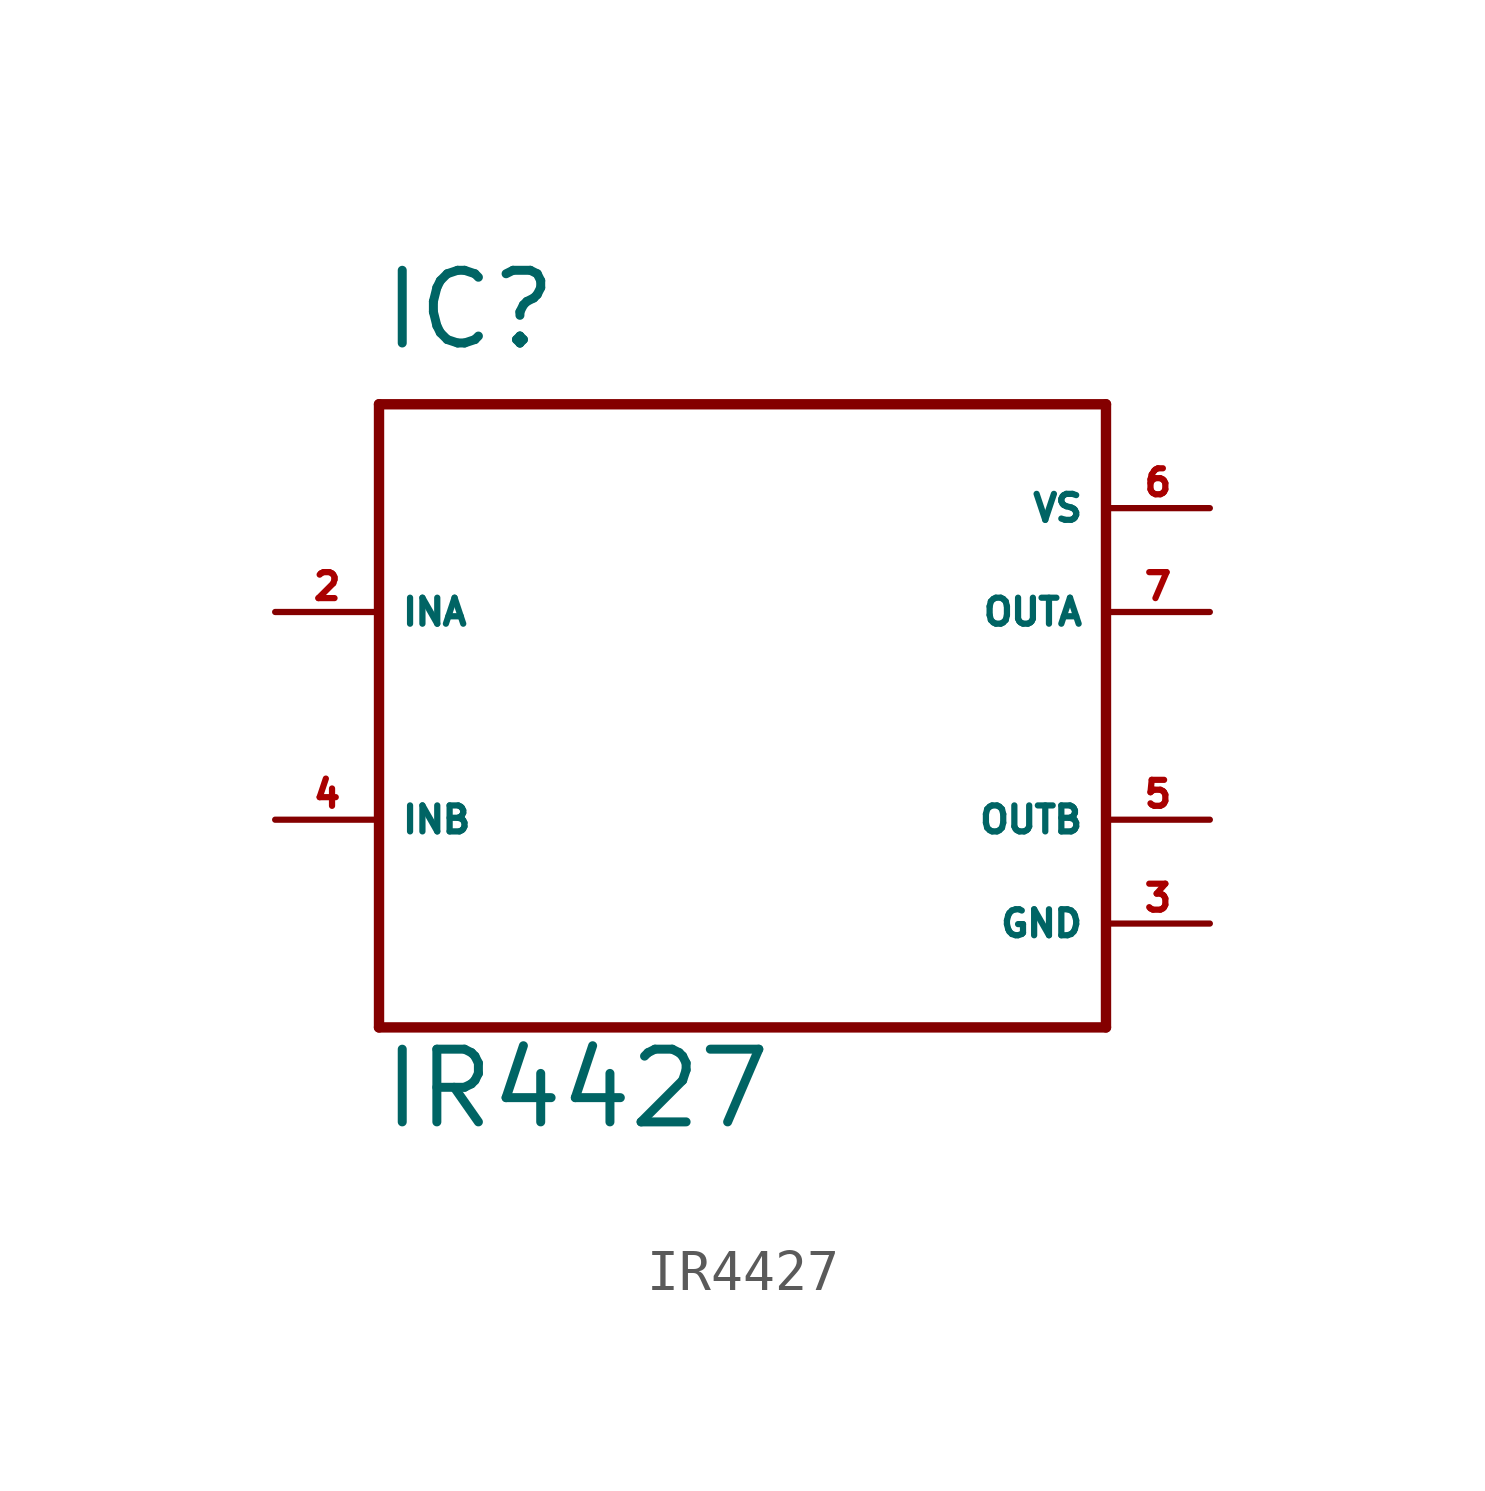
<source format=kicad_sym>
(kicad_symbol_lib
  (version 20220914)
  (generator Eagle2Kicad)
  (symbol "IR4427"
    (property "Reference" "IC"
      (at -7.62 8.89 0)
      (effects (font (size 1.778 1.778) (thickness 0.22)) (justify left bottom)))
    (property "Value" "IR4427"
      (at -7.62 -10.16 0)
      (effects (font (size 1.778 1.778) (thickness 0.22)) (justify left bottom)))
    (polyline
      (pts (xy -7.62 7.62) (xy 10.16 7.62))
      (stroke (width 0.254) (type default))
      (fill (type none)))
    (polyline
      (pts (xy 10.16 7.62) (xy 10.16 -7.62))
      (stroke (width 0.254) (type default))
      (fill (type none)))
    (polyline
      (pts (xy 10.16 -7.62) (xy -7.62 -7.62))
      (stroke (width 0.254) (type default))
      (fill (type none)))
    (polyline
      (pts (xy -7.62 -7.62) (xy -7.62 7.62))
      (stroke (width 0.254) (type default))
      (fill (type none)))
    (pin input line
      (at -10.16 2.54 0)
      (length 2.54)
      (name "INA" (effects (font (size 0.635 0.635) (thickness 0.08)) (justify left bottom)))
      (number "2" (effects (font (size 0.635 0.635) (thickness 0.08)) (justify left bottom))))
    (pin input line
      (at -10.16 -2.54 0)
      (length 2.54)
      (name "INB" (effects (font (size 0.635 0.635) (thickness 0.08)) (justify left bottom)))
      (number "4" (effects (font (size 0.635 0.635) (thickness 0.08)) (justify left bottom))))
    (pin output line
      (at 12.7 2.54 180)
      (length 2.54)
      (name "OUTA" (effects (font (size 0.635 0.635) (thickness 0.08)) (justify left bottom)))
      (number "7" (effects (font (size 0.635 0.635) (thickness 0.08)) (justify left bottom))))
    (pin output line
      (at 12.7 -2.54 180)
      (length 2.54)
      (name "OUTB" (effects (font (size 0.635 0.635) (thickness 0.08)) (justify left bottom)))
      (number "5" (effects (font (size 0.635 0.635) (thickness 0.08)) (justify left bottom))))
    (pin unspecified line
      (at 12.7 -5.08 180)
      (length 2.54)
      (name "GND" (effects (font (size 0.635 0.635) (thickness 0.08)) (justify left bottom)))
      (number "3" (effects (font (size 0.635 0.635) (thickness 0.08)) (justify left bottom))))
    (pin unspecified line
      (at 12.7 5.08 180)
      (length 2.54)
      (name "VS" (effects (font (size 0.635 0.635) (thickness 0.08)) (justify left bottom)))
      (number "6" (effects (font (size 0.635 0.635) (thickness 0.08)) (justify left bottom))))))
</source>
